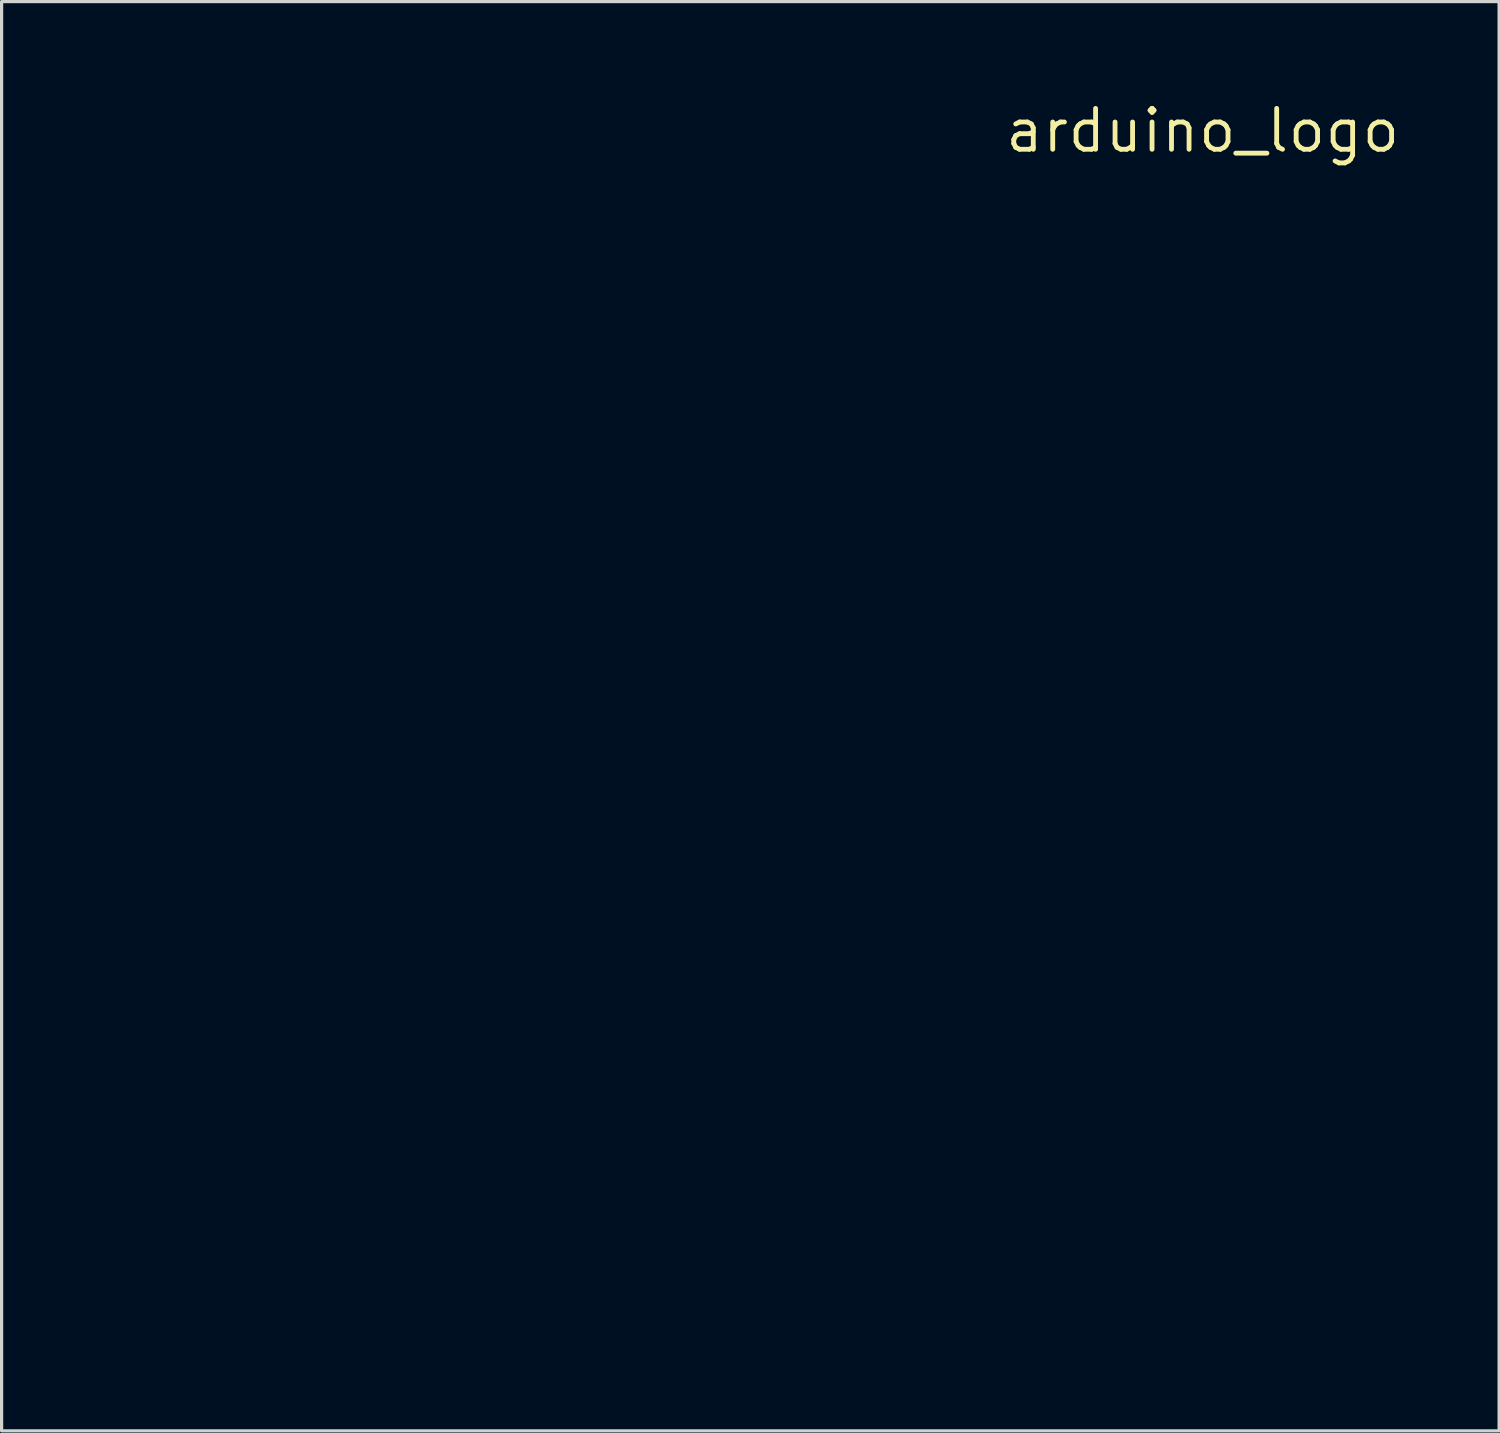
<source format=kicad_pcb>
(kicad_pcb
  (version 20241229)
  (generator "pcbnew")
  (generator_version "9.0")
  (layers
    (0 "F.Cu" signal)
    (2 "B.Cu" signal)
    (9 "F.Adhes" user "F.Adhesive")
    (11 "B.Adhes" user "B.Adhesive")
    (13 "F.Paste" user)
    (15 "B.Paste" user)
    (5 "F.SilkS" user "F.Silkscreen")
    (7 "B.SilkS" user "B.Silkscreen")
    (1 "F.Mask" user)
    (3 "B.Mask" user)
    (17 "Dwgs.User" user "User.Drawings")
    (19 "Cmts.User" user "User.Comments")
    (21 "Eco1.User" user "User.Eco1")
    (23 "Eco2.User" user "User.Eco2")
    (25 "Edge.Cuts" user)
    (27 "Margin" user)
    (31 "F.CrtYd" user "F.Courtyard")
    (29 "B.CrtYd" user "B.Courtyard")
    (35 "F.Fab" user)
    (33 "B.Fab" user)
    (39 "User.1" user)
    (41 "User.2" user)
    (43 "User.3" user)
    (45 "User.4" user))
  (footprint "arduino_logo"
    (layer "F.Cu")
    (at 34.3 1.006)
    (property "Reference" "arduino_logo" (at 0 0 0) (layer "F.SilkS") (effects (font (size 1.27 1.27) (thickness 0.15))))
    (attr through_hole)
    (fp_poly (pts (xy -28.363 29.676) (xy -31.373 29.676) (xy -31.36 29.348) (xy -31.348 29.02) (xy -28.363 28.997) (xy -28.363 29.676)) (stroke (width 0.01) (type solid)) (fill yes) (layer "F.Mask"))
    (fp_poly (pts (xy -21.759 34.925) (xy -22.394 34.925) (xy -22.394 36.83) (xy -21.759 36.83) (xy -21.759 37.338) (xy -23.664 37.338) (xy -23.664 36.83) (xy -23.029 36.83) (xy -23.029 34.925) (xy -23.664 34.925) (xy -23.664 34.417) (xy -21.759 34.417) (xy -21.759 34.925)) (stroke (width 0.01) (type solid)) (fill yes) (layer "F.Mask"))
    (fp_poly (pts (xy -20.616 28.914) (xy -19.812 28.914) (xy -19.812 29.76) (xy -20.616 29.76) (xy -20.616 30.565) (xy -21.463 30.565) (xy -21.463 29.76) (xy -22.267 29.76) (xy -22.267 28.914) (xy -21.463 28.914) (xy -21.463 28.109) (xy -20.616 28.109) (xy -20.616 28.914)) (stroke (width 0.01) (type solid)) (fill yes) (layer "F.Mask"))
    (fp_poly (pts (xy -20.91 34.431) (xy -20.747 34.445) (xy -20.618 34.461) (xy -20.544 34.474) (xy -20.537 34.477) (xy -20.511 34.52) (xy -20.454 34.628) (xy -20.373 34.792) (xy -20.272 34.999) (xy -20.158 35.24) (xy -20.084 35.397) (xy -19.664 36.297) (xy -19.641 34.417) (xy -19.092 34.417) (xy -19.092 37.341) (xy -19.456 37.329) (xy -19.82 37.317) (xy -20.25 36.388) (xy -20.68 35.459) (xy -20.691 36.398) (xy -20.703 37.338) (xy -21.251 37.338) (xy -21.251 34.404) (xy -20.91 34.431)) (stroke (width 0.01) (type solid)) (fill yes) (layer "F.Mask"))
    (fp_poly (pts (xy -16.785 25.619) (xy -16.765 25.742) (xy -16.764 25.781) (xy -16.774 25.895) (xy -16.796 25.973) (xy -16.823 26) (xy -16.844 25.966) (xy -16.851 25.897) (xy -16.854 25.802) (xy -16.892 25.897) (xy -16.935 25.971) (xy -16.968 25.993) (xy -17.012 25.959) (xy -17.051 25.897) (xy -17.097 25.802) (xy -17.1 25.897) (xy -17.114 25.98) (xy -17.142 25.992) (xy -17.17 25.945) (xy -17.187 25.85) (xy -17.187 25.823) (xy -17.198 25.706) (xy -17.233 25.657) (xy -17.251 25.654) (xy -17.295 25.682) (xy -17.313 25.775) (xy -17.314 25.823) (xy -17.325 25.941) (xy -17.36 25.99) (xy -17.378 25.993) (xy -17.422 25.965) (xy -17.44 25.872) (xy -17.441 25.823) (xy -17.452 25.706) (xy -17.487 25.657) (xy -17.505 25.654) (xy -17.561 25.631) (xy -17.568 25.612) (xy -17.53 25.589) (xy -17.429 25.574) (xy -17.313 25.569) (xy -17.17 25.572) (xy -17.088 25.587) (xy -17.042 25.624) (xy -17.012 25.686) (xy -16.966 25.802) (xy -16.925 25.686) (xy -16.873 25.586) (xy -16.824 25.566) (xy -16.785 25.619)) (stroke (width 0.01) (type solid)) (fill yes) (layer "F.Mask"))
    (fp_poly (pts (xy -24.151 34.438) (xy -24.151 35.496) (xy -24.152 35.86) (xy -24.157 36.15) (xy -24.166 36.378) (xy -24.182 36.555) (xy -24.207 36.691) (xy -24.242 36.799) (xy -24.289 36.889) (xy -24.35 36.973) (xy -24.395 37.027) (xy -24.57 37.188) (xy -24.773 37.293) (xy -25.021 37.351) (xy -25.209 37.366) (xy -25.476 37.363) (xy -25.691 37.331) (xy -25.739 37.318) (xy -25.975 37.199) (xy -26.159 37.015) (xy -26.251 36.856) (xy -26.275 36.795) (xy -26.293 36.726) (xy -26.307 36.636) (xy -26.317 36.516) (xy -26.324 36.353) (xy -26.328 36.137) (xy -26.33 35.857) (xy -26.33 35.549) (xy -26.331 34.417) (xy -25.739 34.417) (xy -25.738 35.38) (xy -25.736 35.746) (xy -25.73 36.037) (xy -25.719 36.263) (xy -25.702 36.435) (xy -25.677 36.563) (xy -25.642 36.658) (xy -25.597 36.728) (xy -25.548 36.777) (xy -25.402 36.855) (xy -25.232 36.875) (xy -25.062 36.842) (xy -24.917 36.76) (xy -24.821 36.637) (xy -24.812 36.613) (xy -24.796 36.522) (xy -24.783 36.352) (xy -24.773 36.111) (xy -24.767 35.807) (xy -24.765 35.446) (xy -24.765 34.413) (xy -24.151 34.438)) (stroke (width 0.01) (type solid)) (fill yes) (layer "F.Mask"))
    (fp_poly (pts (xy -28.48 34.417) (xy -28.168 34.425) (xy -27.873 34.445) (xy -27.612 34.477) (xy -27.401 34.518) (xy -27.258 34.566) (xy -27.254 34.568) (xy -27.055 34.701) (xy -26.874 34.88) (xy -26.752 35.059) (xy -26.665 35.298) (xy -26.617 35.585) (xy -26.606 35.896) (xy -26.634 36.204) (xy -26.699 36.483) (xy -26.759 36.631) (xy -26.903 36.859) (xy -27.083 37.038) (xy -27.309 37.172) (xy -27.589 37.265) (xy -27.931 37.319) (xy -28.342 37.338) (xy -28.387 37.338) (xy -28.871 37.338) (xy -28.871 36.344) (xy -28.271 36.344) (xy -28.269 36.546) (xy -28.265 36.693) (xy -28.259 36.773) (xy -28.258 36.782) (xy -28.205 36.812) (xy -28.095 36.821) (xy -27.954 36.81) (xy -27.805 36.782) (xy -27.673 36.738) (xy -27.644 36.724) (xy -27.469 36.591) (xy -27.349 36.398) (xy -27.283 36.143) (xy -27.269 35.825) (xy -27.272 35.767) (xy -27.309 35.481) (xy -27.387 35.264) (xy -27.512 35.111) (xy -27.692 35.014) (xy -27.931 34.965) (xy -28.003 34.96) (xy -28.258 34.946) (xy -28.269 35.834) (xy -28.271 36.103) (xy -28.271 36.344) (xy -28.871 36.344) (xy -28.871 34.417) (xy -28.48 34.417)) (stroke (width 0.01) (type solid)) (fill yes) (layer "F.Mask"))
    (fp_poly (pts (xy -30.671 34.452) (xy -30.364 34.461) (xy -30.128 34.475) (xy -29.948 34.498) (xy -29.812 34.531) (xy -29.703 34.578) (xy -29.61 34.641) (xy -29.587 34.66) (xy -29.443 34.83) (xy -29.359 35.036) (xy -29.334 35.259) (xy -29.368 35.478) (xy -29.459 35.675) (xy -29.608 35.83) (xy -29.625 35.842) (xy -29.727 35.906) (xy -29.803 35.948) (xy -29.813 35.952) (xy -29.825 35.989) (xy -29.771 36.066) (xy -29.766 36.071) (xy -29.722 36.135) (xy -29.65 36.256) (xy -29.561 36.417) (xy -29.463 36.601) (xy -29.363 36.793) (xy -29.272 36.976) (xy -29.196 37.134) (xy -29.144 37.25) (xy -29.125 37.308) (xy -29.164 37.321) (xy -29.268 37.332) (xy -29.418 37.338) (xy -29.477 37.338) (xy -29.829 37.338) (xy -30.054 36.831) (xy -30.162 36.595) (xy -30.247 36.426) (xy -30.32 36.311) (xy -30.388 36.238) (xy -30.463 36.195) (xy -30.552 36.17) (xy -30.557 36.169) (xy -30.692 36.142) (xy -30.692 37.338) (xy -31.328 37.338) (xy -31.317 35.888) (xy -31.315 35.687) (xy -30.692 35.687) (xy -30.57 35.687) (xy -30.435 35.678) (xy -30.317 35.661) (xy -30.167 35.598) (xy -30.047 35.489) (xy -29.979 35.357) (xy -29.972 35.298) (xy -30.01 35.16) (xy -30.107 35.044) (xy -30.239 34.976) (xy -30.303 34.967) (xy -30.44 34.958) (xy -30.559 34.941) (xy -30.692 34.914) (xy -30.692 35.687) (xy -31.315 35.687) (xy -31.305 34.438) (xy -30.671 34.452)) (stroke (width 0.01) (type solid)) (fill yes) (layer "F.Mask"))
    (fp_poly (pts (xy -17.308 34.432) (xy -17.049 34.521) (xy -16.835 34.677) (xy -16.733 34.793) (xy -16.619 34.969) (xy -16.54 35.163) (xy -16.493 35.391) (xy -16.473 35.67) (xy -16.474 35.956) (xy -16.482 36.183) (xy -16.495 36.347) (xy -16.515 36.471) (xy -16.547 36.577) (xy -16.595 36.686) (xy -16.608 36.712) (xy -16.773 36.966) (xy -16.987 37.167) (xy -17.234 37.3) (xy -17.288 37.318) (xy -17.498 37.36) (xy -17.726 37.375) (xy -17.936 37.362) (xy -18.034 37.341) (xy -18.304 37.22) (xy -18.521 37.035) (xy -18.689 36.782) (xy -18.755 36.632) (xy -18.814 36.411) (xy -18.848 36.138) (xy -18.856 35.88) (xy -18.203 35.88) (xy -18.185 36.209) (xy -18.13 36.466) (xy -18.039 36.651) (xy -17.937 36.747) (xy -17.743 36.819) (xy -17.539 36.816) (xy -17.403 36.768) (xy -17.294 36.691) (xy -17.215 36.579) (xy -17.163 36.421) (xy -17.134 36.206) (xy -17.124 35.921) (xy -17.124 35.877) (xy -17.128 35.635) (xy -17.138 35.461) (xy -17.158 35.339) (xy -17.188 35.253) (xy -17.194 35.242) (xy -17.307 35.078) (xy -17.436 34.984) (xy -17.603 34.948) (xy -17.661 34.946) (xy -17.799 34.954) (xy -17.891 34.988) (xy -17.976 35.063) (xy -17.993 35.081) (xy -18.092 35.222) (xy -18.157 35.39) (xy -18.192 35.605) (xy -18.203 35.88) (xy -18.856 35.88) (xy -18.857 35.842) (xy -18.84 35.554) (xy -18.796 35.303) (xy -18.783 35.256) (xy -18.654 34.955) (xy -18.469 34.717) (xy -18.232 34.544) (xy -17.944 34.439) (xy -17.621 34.404) (xy -17.308 34.432)) (stroke (width 0.01) (type solid)) (fill yes) (layer "F.Mask"))
    (fp_poly (pts (xy -32.285 34.887) (xy -32.226 35.078) (xy -32.148 35.33) (xy -32.06 35.619) (xy -31.966 35.926) (xy -31.873 36.229) (xy -31.859 36.274) (xy -31.778 36.541) (xy -31.704 36.784) (xy -31.64 36.99) (xy -31.593 37.146) (xy -31.564 37.24) (xy -31.558 37.258) (xy -31.552 37.298) (xy -31.576 37.322) (xy -31.645 37.334) (xy -31.774 37.338) (xy -31.873 37.338) (xy -32.213 37.338) (xy -32.294 37.073) (xy -32.375 36.809) (xy -32.865 36.797) (xy -33.355 36.785) (xy -33.433 37.051) (xy -33.511 37.317) (xy -33.816 37.329) (xy -33.964 37.332) (xy -34.073 37.327) (xy -34.12 37.316) (xy -34.121 37.315) (xy -34.109 37.27) (xy -34.076 37.155) (xy -34.024 36.983) (xy -33.959 36.763) (xy -33.882 36.508) (xy -33.801 36.243) (xy -33.176 36.243) (xy -33.145 36.266) (xy -33.064 36.276) (xy -32.919 36.28) (xy -32.875 36.28) (xy -32.691 36.274) (xy -32.586 36.257) (xy -32.554 36.229) (xy -32.566 36.162) (xy -32.596 36.038) (xy -32.639 35.877) (xy -32.69 35.698) (xy -32.742 35.521) (xy -32.789 35.368) (xy -32.827 35.257) (xy -32.848 35.209) (xy -32.871 35.234) (xy -32.91 35.326) (xy -32.96 35.471) (xy -33.015 35.653) (xy -33.015 35.654) (xy -33.071 35.849) (xy -33.12 36.02) (xy -33.156 36.146) (xy -33.173 36.206) (xy -33.176 36.243) (xy -33.801 36.243) (xy -33.797 36.229) (xy -33.708 35.937) (xy -33.619 35.643) (xy -33.532 35.359) (xy -33.451 35.095) (xy -33.38 34.864) (xy -33.321 34.676) (xy -33.279 34.543) (xy -33.257 34.475) (xy -33.254 34.469) (xy -33.211 34.462) (xy -33.101 34.451) (xy -32.945 34.439) (xy -32.839 34.431) (xy -32.434 34.405) (xy -32.285 34.887)) (stroke (width 0.01) (type solid)) (fill yes) (layer "F.Mask"))
    (fp_poly (pts (xy -29.106 25.322) (xy -28.533 25.454) (xy -27.985 25.652) (xy -27.559 25.867) (xy -27.033 26.218) (xy -26.53 26.65) (xy -26.05 27.161) (xy -25.739 27.553) (xy -25.616 27.713) (xy -25.511 27.845) (xy -25.434 27.934) (xy -25.395 27.97) (xy -25.394 27.97) (xy -25.359 27.934) (xy -25.286 27.845) (xy -25.186 27.716) (xy -25.103 27.605) (xy -24.88 27.323) (xy -24.62 27.028) (xy -24.343 26.739) (xy -24.068 26.476) (xy -23.814 26.259) (xy -23.745 26.206) (xy -23.399 25.973) (xy -23.015 25.759) (xy -22.625 25.579) (xy -22.331 25.472) (xy -22.039 25.39) (xy -21.761 25.332) (xy -21.476 25.296) (xy -21.159 25.279) (xy -20.789 25.28) (xy -20.653 25.283) (xy -20.272 25.302) (xy -19.951 25.337) (xy -19.663 25.393) (xy -19.384 25.476) (xy -19.087 25.591) (xy -18.953 25.65) (xy -18.45 25.921) (xy -17.987 26.262) (xy -17.57 26.664) (xy -17.208 27.117) (xy -16.907 27.614) (xy -16.677 28.145) (xy -16.588 28.427) (xy -16.532 28.702) (xy -16.498 29.034) (xy -16.485 29.397) (xy -16.493 29.763) (xy -16.521 30.109) (xy -16.571 30.408) (xy -16.589 30.48) (xy -16.785 31.048) (xy -17.054 31.575) (xy -17.397 32.061) (xy -17.693 32.387) (xy -18.137 32.778) (xy -18.616 33.096) (xy -19.133 33.343) (xy -19.692 33.519) (xy -20.295 33.626) (xy -20.944 33.664) (xy -21.442 33.65) (xy -22.006 33.574) (xy -22.55 33.418) (xy -23.075 33.18) (xy -23.58 32.86) (xy -24.066 32.458) (xy -24.534 31.974) (xy -24.984 31.408) (xy -25.041 31.328) (xy -25.164 31.157) (xy -25.271 31.014) (xy -25.351 30.912) (xy -25.396 30.863) (xy -25.4 30.861) (xy -25.435 30.894) (xy -25.503 30.981) (xy -25.594 31.106) (xy -25.636 31.166) (xy -26.066 31.747) (xy -26.508 32.247) (xy -26.966 32.669) (xy -27.444 33.017) (xy -27.945 33.293) (xy -28.475 33.502) (xy -28.52 33.516) (xy -28.645 33.553) (xy -28.753 33.582) (xy -28.86 33.602) (xy -28.981 33.616) (xy -29.13 33.625) (xy -29.322 33.629) (xy -29.571 33.63) (xy -29.845 33.63) (xy -30.156 33.63) (xy -30.398 33.627) (xy -30.584 33.622) (xy -30.73 33.612) (xy -30.85 33.597) (xy -30.959 33.575) (xy -31.073 33.545) (xy -31.178 33.514) (xy -31.767 33.295) (xy -32.305 33.012) (xy -32.789 32.67) (xy -33.215 32.272) (xy -33.58 31.822) (xy -33.879 31.324) (xy -34.108 30.783) (xy -34.208 30.449) (xy -34.253 30.204) (xy -34.282 29.9) (xy -34.295 29.564) (xy -34.294 29.506) (xy -32.821 29.506) (xy -32.776 29.965) (xy -32.654 30.398) (xy -32.46 30.801) (xy -32.2 31.165) (xy -31.879 31.485) (xy -31.503 31.753) (xy -31.078 31.963) (xy -30.671 32.094) (xy -30.388 32.143) (xy -30.057 32.168) (xy -29.708 32.17) (xy -29.372 32.148) (xy -29.079 32.103) (xy -29.024 32.09) (xy -28.666 31.972) (xy -28.325 31.803) (xy -27.996 31.579) (xy -27.672 31.293) (xy -27.347 30.94) (xy -27.014 30.515) (xy -26.725 30.099) (xy -26.604 29.916) (xy -26.494 29.746) (xy -26.406 29.608) (xy -26.354 29.522) (xy -26.301 29.431) (xy -24.465 29.431) (xy -24.431 29.535) (xy -24.355 29.667) (xy -24.237 29.846) (xy -24.19 29.919) (xy -23.85 30.419) (xy -23.527 30.843) (xy -23.217 31.198) (xy -22.912 31.489) (xy -22.607 31.722) (xy -22.294 31.902) (xy -21.968 32.036) (xy -21.787 32.089) (xy -21.528 32.137) (xy -21.217 32.165) (xy -20.883 32.172) (xy -20.556 32.157) (xy -20.265 32.122) (xy -20.18 32.105) (xy -19.712 31.959) (xy -19.283 31.744) (xy -18.901 31.466) (xy -18.573 31.132) (xy -18.307 30.746) (xy -18.224 30.588) (xy -18.059 30.153) (xy -17.975 29.71) (xy -17.969 29.267) (xy -18.039 28.833) (xy -18.184 28.415) (xy -18.399 28.022) (xy -18.684 27.662) (xy -19.035 27.343) (xy -19.202 27.223) (xy -19.532 27.031) (xy -19.871 26.896) (xy -20.242 26.81) (xy -20.664 26.769) (xy -20.722 26.766) (xy -21.197 26.774) (xy -21.64 26.838) (xy -22.057 26.961) (xy -22.454 27.147) (xy -22.838 27.4) (xy -23.214 27.723) (xy -23.588 28.121) (xy -23.967 28.596) (xy -24.179 28.892) (xy -24.314 29.085) (xy -24.407 29.226) (xy -24.457 29.334) (xy -24.465 29.431) (xy -26.301 29.431) (xy -26.277 29.39) (xy -26.621 28.887) (xy -26.999 28.368) (xy -27.373 27.928) (xy -27.747 27.565) (xy -28.127 27.274) (xy -28.521 27.052) (xy -28.933 26.894) (xy -29.371 26.797) (xy -29.839 26.756) (xy -29.963 26.755) (xy -30.465 26.793) (xy -30.937 26.907) (xy -31.372 27.091) (xy -31.765 27.341) (xy -32.109 27.655) (xy -32.398 28.028) (xy -32.573 28.342) (xy -32.699 28.643) (xy -32.778 28.93) (xy -32.816 29.235) (xy -32.821 29.506) (xy -34.294 29.506) (xy -34.291 29.221) (xy -34.272 28.896) (xy -34.236 28.614) (xy -34.208 28.479) (xy -34.02 27.91) (xy -33.759 27.382) (xy -33.429 26.899) (xy -33.032 26.465) (xy -32.571 26.084) (xy -32.051 25.759) (xy -31.925 25.694) (xy -31.408 25.481) (xy -30.855 25.338) (xy -30.279 25.264) (xy -29.692 25.259) (xy -29.106 25.322)) (stroke (width 0.01) (type solid)) (fill yes) (layer "F.Mask")))
  (gr_rect
    (start -3 -3)
    (end 43.506 41.386)
    (stroke (width 0.1) (type default))
    (fill no)
    (layer "Edge.Cuts")))
</source>
